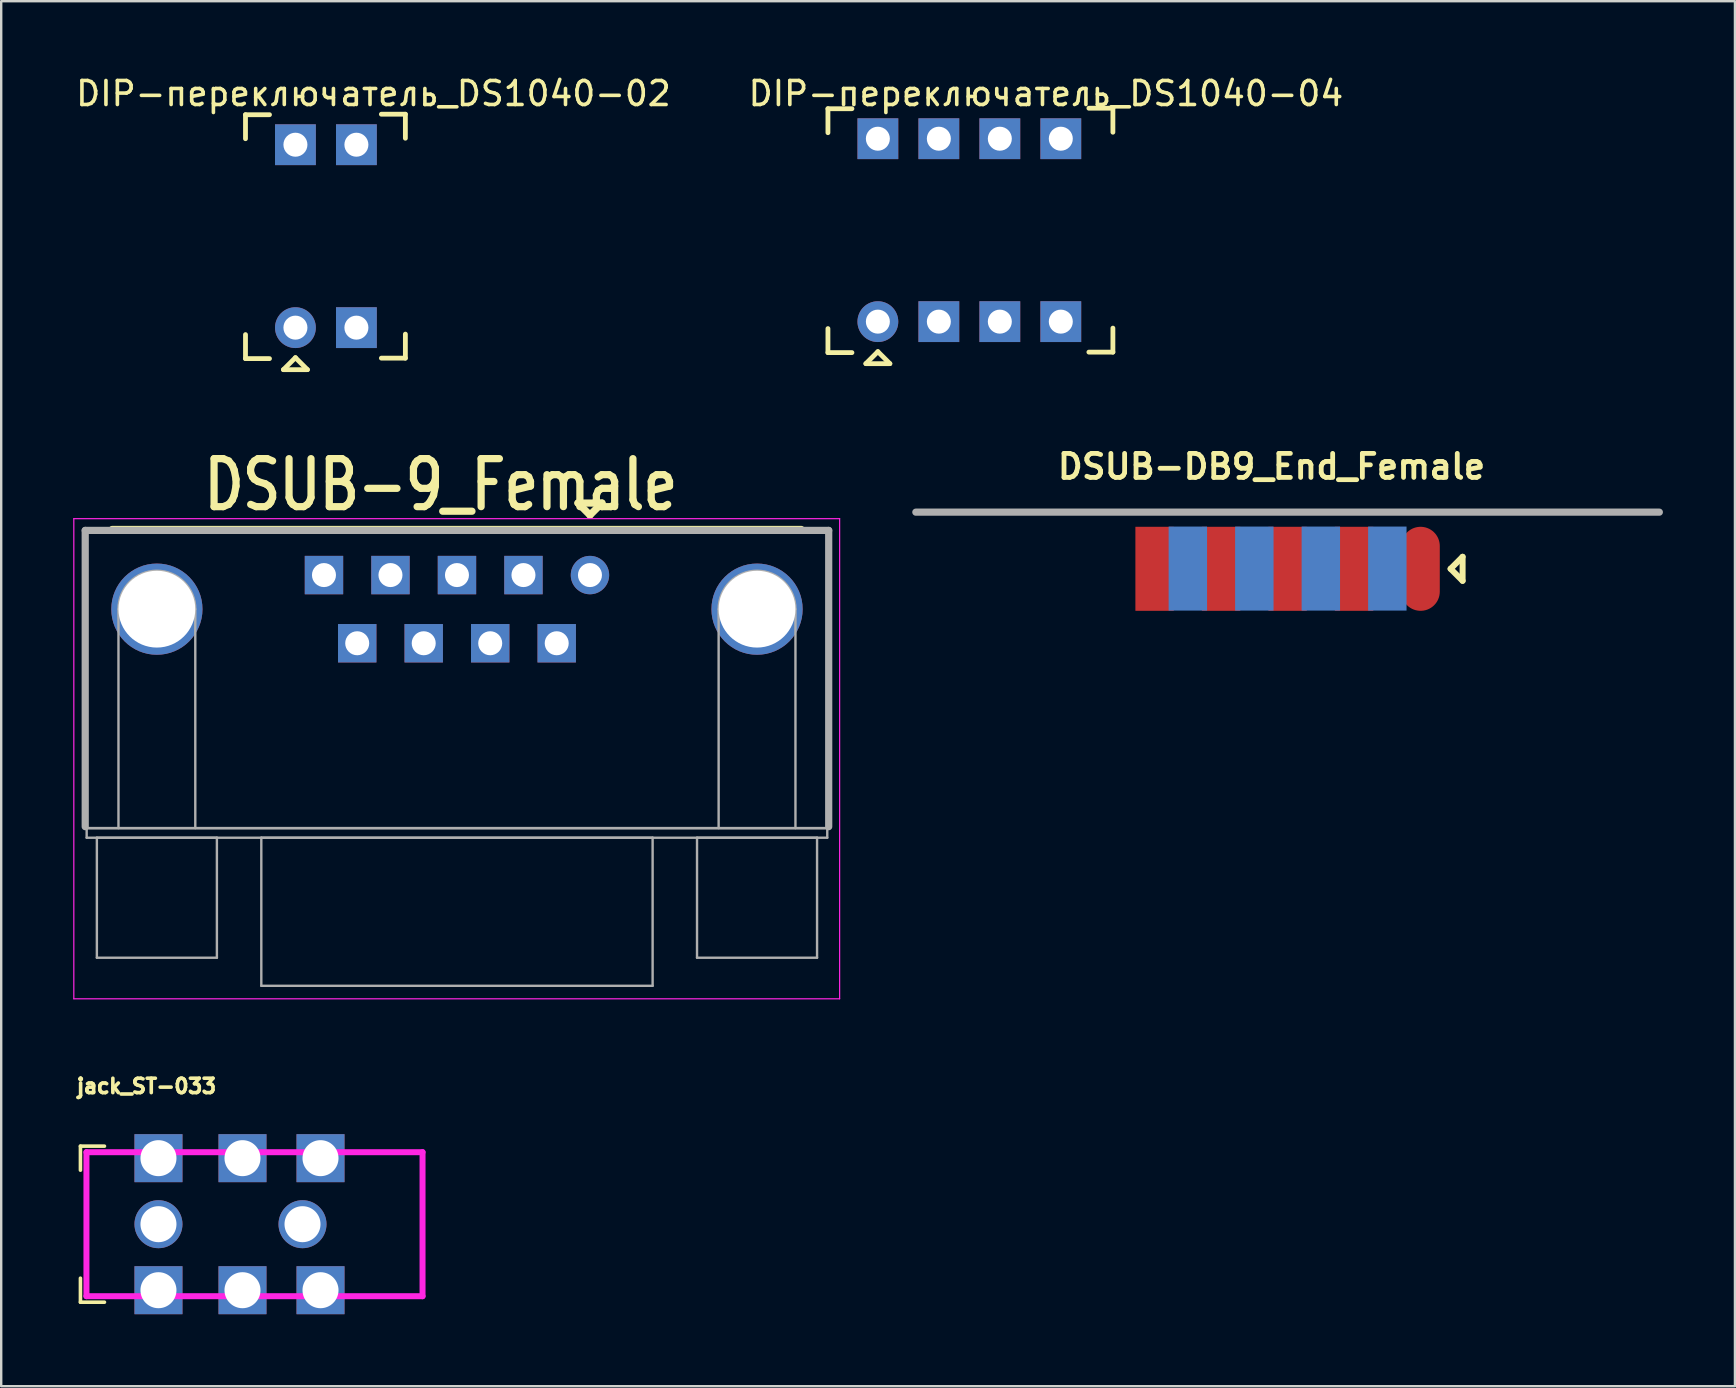
<source format=kicad_pcb>
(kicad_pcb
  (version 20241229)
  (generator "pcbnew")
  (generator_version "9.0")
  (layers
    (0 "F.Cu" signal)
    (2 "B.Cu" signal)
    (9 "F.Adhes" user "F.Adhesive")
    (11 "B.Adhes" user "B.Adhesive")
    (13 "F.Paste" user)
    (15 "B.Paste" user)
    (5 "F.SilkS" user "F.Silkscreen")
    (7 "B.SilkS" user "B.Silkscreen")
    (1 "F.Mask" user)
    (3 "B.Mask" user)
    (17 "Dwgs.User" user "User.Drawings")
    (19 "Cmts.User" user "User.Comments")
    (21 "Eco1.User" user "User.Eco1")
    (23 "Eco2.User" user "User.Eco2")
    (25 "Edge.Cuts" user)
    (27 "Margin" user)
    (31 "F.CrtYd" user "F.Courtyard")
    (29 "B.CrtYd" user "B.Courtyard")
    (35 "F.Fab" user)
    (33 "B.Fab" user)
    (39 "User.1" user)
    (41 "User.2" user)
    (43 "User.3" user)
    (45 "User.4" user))
  (footprint "DIP-переключатель_DS1040-04"
    (layer "F.Cu")
    (at 33.518 10.348)
    (property "Reference" "DIP-переключатель_DS1040-04" (at 7 -9.5 0) (layer "F.SilkS") (effects (font (size 1 1) (thickness 0.15))))
    (attr through_hole)
    (fp_line (start -2.08 -8.87) (end -2.08 -7.87) (stroke (width 0.2) (type solid)) (layer "F.SilkS"))
    (fp_line (start -2.08 -8.87) (end -1.08 -8.87) (stroke (width 0.2) (type solid)) (layer "F.SilkS"))
    (fp_line (start -2.08 1.29) (end -2.08 0.29) (stroke (width 0.2) (type solid)) (layer "F.SilkS"))
    (fp_line (start -2.08 1.29) (end -1.08 1.29) (stroke (width 0.2) (type solid)) (layer "F.SilkS"))
    (fp_line (start -0.5 1.75) (end 0.5 1.75) (stroke (width 0.2) (type solid)) (layer "F.SilkS"))
    (fp_line (start 0 1.25) (end -0.5 1.75) (stroke (width 0.2) (type solid)) (layer "F.SilkS"))
    (fp_line (start 0.5 1.75) (end 0 1.25) (stroke (width 0.2) (type solid)) (layer "F.SilkS"))
    (fp_line (start 9.79 -8.89) (end 8.79 -8.89) (stroke (width 0.2) (type solid)) (layer "F.SilkS"))
    (fp_line (start 9.79 -8.89) (end 9.79 -7.89) (stroke (width 0.2) (type solid)) (layer "F.SilkS"))
    (fp_line (start 9.79 1.27) (end 8.79 1.27) (stroke (width 0.2) (type solid)) (layer "F.SilkS"))
    (fp_line (start 9.79 1.27) (end 9.79 0.27) (stroke (width 0.2) (type solid)) (layer "F.SilkS"))
    (pad "1" thru_hole circle (at 0 0) (size 1.7 1.7) (drill 1) (layers "*.Cu" "*.Mask"))
    (pad "2" thru_hole rect (at 0 -7.62) (size 1.7 1.7) (drill 1) (layers "*.Cu" "*.Mask"))
    (pad "3" thru_hole rect (at 2.54 0) (size 1.7 1.7) (drill 1) (layers "*.Cu" "*.Mask"))
    (pad "4" thru_hole rect (at 2.54 -7.62) (size 1.7 1.7) (drill 1) (layers "*.Cu" "*.Mask"))
    (pad "5" thru_hole rect (at 5.08 0) (size 1.7 1.7) (drill 1) (layers "*.Cu" "*.Mask"))
    (pad "6" thru_hole rect (at 5.08 -7.62) (size 1.7 1.7) (drill 1) (layers "*.Cu" "*.Mask"))
    (pad "7" thru_hole rect (at 7.62 0) (size 1.7 1.7) (drill 1) (layers "*.Cu" "*.Mask"))
    (pad "8" thru_hole rect (at 7.62 -7.62) (size 1.7 1.7) (drill 1) (layers "*.Cu" "*.Mask")))
  (footprint "DSUB-DB9_End_Female"
    (layer "F.Cu")
    (at 56.125 20.644)
    (property "Reference" "DSUB-DB9_End_Female" (at -6.21 -4.26 0) (layer "F.SilkS") (effects (font (size 1 1) (thickness 0.2))))
    (attr through_hole)
    (fp_line (start 1.25 0) (end 1.75 -0.5) (stroke (width 0.25) (type solid)) (layer "F.SilkS"))
    (fp_line (start 1.75 -0.5) (end 1.75 0.5) (stroke (width 0.25) (type solid)) (layer "F.SilkS"))
    (fp_line (start 1.75 0.5) (end 1.25 0) (stroke (width 0.25) (type solid)) (layer "F.SilkS"))
    (fp_line (start -21.025 -2.36) (end 9.945 -2.36) (stroke (width 0.3) (type solid)) (layer "F.Fab"))
    (pad "1" smd oval (at 0 0) (size 1.6 3.5) (layers "F.Cu" "F.Mask" "F.Paste"))
    (pad "2" smd rect (at -2.77 0) (size 1.6 3.5) (layers "F.Cu" "F.Mask" "F.Paste"))
    (pad "3" smd rect (at -5.54 0) (size 1.6 3.5) (layers "F.Cu" "F.Mask" "F.Paste"))
    (pad "4" smd rect (at -8.31 0) (size 1.6 3.5) (layers "F.Cu" "F.Mask" "F.Paste"))
    (pad "5" smd rect (at -11.08 0) (size 1.6 3.5) (layers "F.Cu" "F.Mask" "F.Paste"))
    (pad "6" smd rect (at -1.385 -0.01) (size 1.6 3.5) (layers "B.Cu" "B.Mask" "B.Paste"))
    (pad "7" smd rect (at -4.155 -0.01) (size 1.6 3.5) (layers "B.Cu" "B.Mask" "B.Paste"))
    (pad "8" smd rect (at -6.925 -0.01) (size 1.6 3.5) (layers "B.Cu" "B.Mask" "B.Paste"))
    (pad "9" smd rect (at -9.695 -0.01) (size 1.6 3.5) (layers "B.Cu" "B.Mask" "B.Paste")))
  (footprint "DSUB-9_Female"
    (layer "F.Cu")
    (at 21.525 20.905)
    (property "Reference" "DSUB-9_Female" (at -6.21 -3.76 0) (layer "F.SilkS") (effects (font (size 2 1.6) (thickness 0.3))))
    (attr through_hole)
    (fp_line (start -0.5 -3) (end 0 -2.5) (stroke (width 0.3) (type solid)) (layer "F.SilkS"))
    (fp_line (start 0 -2.5) (end 0.5 -3) (stroke (width 0.3) (type solid)) (layer "F.SilkS"))
    (fp_line (start 0.5 -3) (end -0.5 -3) (stroke (width 0.3) (type solid)) (layer "F.SilkS"))
    (fp_line (start 8.8 -1.9) (end -19.9 -1.9) (stroke (width 0.3) (type solid)) (layer "F.SilkS"))
    (fp_line (start -21.5 -2.35) (end -21.5 17.65) (stroke (width 0.05) (type solid)) (layer "F.CrtYd"))
    (fp_line (start -21.5 17.65) (end 10.4 17.65) (stroke (width 0.05) (type solid)) (layer "F.CrtYd"))
    (fp_line (start 10.4 -2.35) (end -21.5 -2.35) (stroke (width 0.05) (type solid)) (layer "F.CrtYd"))
    (fp_line (start 10.4 17.65) (end 10.4 -2.35) (stroke (width 0.05) (type solid)) (layer "F.CrtYd"))
    (fp_line (start -21.025 -1.86) (end 9.945 -1.86) (stroke (width 0.3) (type solid)) (layer "F.Fab"))
    (fp_line (start -21.025 10.48) (end -21.025 -1.86) (stroke (width 0.3) (type solid)) (layer "F.Fab"))
    (fp_line (start -20.965 -1.8) (end -20.965 10.54) (stroke (width 0.1) (type solid)) (layer "F.Fab"))
    (fp_line (start -20.965 10.54) (end -20.965 10.94) (stroke (width 0.1) (type solid)) (layer "F.Fab"))
    (fp_line (start -20.965 10.54) (end 9.885 10.54) (stroke (width 0.1) (type solid)) (layer "F.Fab"))
    (fp_line (start -20.965 10.94) (end 9.885 10.94) (stroke (width 0.1) (type solid)) (layer "F.Fab"))
    (fp_line (start -20.54 10.94) (end -20.54 15.94) (stroke (width 0.1) (type solid)) (layer "F.Fab"))
    (fp_line (start -20.54 15.94) (end -15.54 15.94) (stroke (width 0.1) (type solid)) (layer "F.Fab"))
    (fp_line (start -19.64 10.54) (end -19.64 1.42) (stroke (width 0.1) (type solid)) (layer "F.Fab"))
    (fp_line (start -16.44 10.54) (end -16.44 1.42) (stroke (width 0.1) (type solid)) (layer "F.Fab"))
    (fp_line (start -15.54 10.94) (end -20.54 10.94) (stroke (width 0.1) (type solid)) (layer "F.Fab"))
    (fp_line (start -15.54 15.94) (end -15.54 10.94) (stroke (width 0.1) (type solid)) (layer "F.Fab"))
    (fp_line (start -13.69 10.94) (end -13.69 17.11) (stroke (width 0.1) (type solid)) (layer "F.Fab"))
    (fp_line (start -13.69 17.11) (end 2.61 17.11) (stroke (width 0.1) (type solid)) (layer "F.Fab"))
    (fp_line (start 2.61 10.94) (end -13.69 10.94) (stroke (width 0.1) (type solid)) (layer "F.Fab"))
    (fp_line (start 2.61 17.11) (end 2.61 10.94) (stroke (width 0.1) (type solid)) (layer "F.Fab"))
    (fp_line (start 4.46 10.94) (end 4.46 15.94) (stroke (width 0.1) (type solid)) (layer "F.Fab"))
    (fp_line (start 4.46 15.94) (end 9.46 15.94) (stroke (width 0.1) (type solid)) (layer "F.Fab"))
    (fp_line (start 5.36 10.54) (end 5.36 1.42) (stroke (width 0.1) (type solid)) (layer "F.Fab"))
    (fp_line (start 8.56 10.54) (end 8.56 1.42) (stroke (width 0.1) (type solid)) (layer "F.Fab"))
    (fp_line (start 9.46 10.94) (end 4.46 10.94) (stroke (width 0.1) (type solid)) (layer "F.Fab"))
    (fp_line (start 9.46 15.94) (end 9.46 10.94) (stroke (width 0.1) (type solid)) (layer "F.Fab"))
    (fp_line (start 9.885 -1.8) (end -20.965 -1.8) (stroke (width 0.1) (type solid)) (layer "F.Fab"))
    (fp_line (start 9.885 10.54) (end -20.965 10.54) (stroke (width 0.1) (type solid)) (layer "F.Fab"))
    (fp_line (start 9.885 10.54) (end 9.885 -1.8) (stroke (width 0.1) (type solid)) (layer "F.Fab"))
    (fp_line (start 9.885 10.94) (end 9.885 10.54) (stroke (width 0.1) (type solid)) (layer "F.Fab"))
    (fp_line (start 9.945 -1.86) (end 9.945 10.48) (stroke (width 0.3) (type solid)) (layer "F.Fab"))
    (fp_arc (start -19.64 1.42) (mid -18.04 -0.18) (end -16.44 1.42) (stroke (width 0.1) (type solid)) (layer "F.Fab"))
    (fp_arc (start 5.36 1.42) (mid 6.96 -0.18) (end 8.56 1.42) (stroke (width 0.1) (type solid)) (layer "F.Fab"))
    (pad "0" thru_hole circle (at -18.04 1.42) (size 3.8 3.8) (drill 3.2) (layers "*.Cu" "*.Mask"))
    (pad "0" thru_hole circle (at 6.96 1.42) (size 3.8 3.8) (drill 3.2) (layers "*.Cu" "*.Mask"))
    (pad "1" thru_hole circle (at 0 0) (size 1.6 1.6) (drill 1) (layers "*.Cu" "*.Mask"))
    (pad "2" thru_hole rect (at -2.77 0) (size 1.6 1.6) (drill 1) (layers "*.Cu" "*.Mask"))
    (pad "3" thru_hole rect (at -5.54 0) (size 1.6 1.6) (drill 1) (layers "*.Cu" "*.Mask"))
    (pad "4" thru_hole rect (at -8.31 0) (size 1.6 1.6) (drill 1) (layers "*.Cu" "*.Mask"))
    (pad "5" thru_hole rect (at -11.08 0) (size 1.6 1.6) (drill 1) (layers "*.Cu" "*.Mask"))
    (pad "6" thru_hole rect (at -1.385 2.84) (size 1.6 1.6) (drill 1) (layers "*.Cu" "*.Mask"))
    (pad "7" thru_hole rect (at -4.155 2.84) (size 1.6 1.6) (drill 1) (layers "*.Cu" "*.Mask"))
    (pad "8" thru_hole rect (at -6.925 2.84) (size 1.6 1.6) (drill 1) (layers "*.Cu" "*.Mask"))
    (pad "9" thru_hole rect (at -9.695 2.84) (size 1.6 1.6) (drill 1) (layers "*.Cu" "*.Mask")))
  (footprint "jack_ST-033"
    (layer "F.Cu")
    (at 3.551 45.444)
    (property "Reference" "jack_ST-033" (at -0.5 -3.25 0) (layer "F.SilkS") (effects (font (size 0.6 0.6) (thickness 0.15))))
    (attr through_hole)
    (fp_line (start -3.25 -0.75) (end -2.25 -0.75) (stroke (width 0.15) (type solid)) (layer "F.SilkS"))
    (fp_line (start -3.25 0.25) (end -3.25 -0.75) (stroke (width 0.15) (type solid)) (layer "F.SilkS"))
    (fp_line (start -3.25 5.75) (end -3.25 4.75) (stroke (width 0.15) (type solid)) (layer "F.SilkS"))
    (fp_line (start -2.25 5.75) (end -3.25 5.75) (stroke (width 0.15) (type solid)) (layer "F.SilkS"))
    (fp_line (start -3 -0.5) (end 11 -0.5) (stroke (width 0.25) (type solid)) (layer "F.CrtYd"))
    (fp_line (start -3 5.5) (end -3 -0.5) (stroke (width 0.25) (type solid)) (layer "F.CrtYd"))
    (fp_line (start 11 -0.5) (end 11 5.5) (stroke (width 0.25) (type solid)) (layer "F.CrtYd"))
    (fp_line (start 11 5.5) (end -3 5.5) (stroke (width 0.25) (type solid)) (layer "F.CrtYd"))
    (pad "1" thru_hole rect (at 6.75 -0.25) (size 2 2) (drill 1.5) (layers "*.Cu" "*.Mask"))
    (pad "1" thru_hole rect (at 6.75 5.25) (size 2 2) (drill 1.5) (layers "*.Cu" "*.Mask"))
    (pad "2" thru_hole rect (at 3.5 -0.25) (size 2 2) (drill 1.5) (layers "*.Cu" "*.Mask"))
    (pad "2" thru_hole rect (at 3.5 5.25) (size 2 2) (drill 1.5) (layers "*.Cu" "*.Mask"))
    (pad "3" thru_hole rect (at 0 -0.25) (size 2 2) (drill 1.5) (layers "*.Cu" "*.Mask"))
    (pad "3" thru_hole rect (at 0 5.25) (size 2 2) (drill 1.5) (layers "*.Cu" "*.Mask"))
    (pad "4" thru_hole circle (at 0 2.5) (size 2 2) (drill 1.5) (layers "*.Cu" "*.Mask"))
    (pad "4" thru_hole circle (at 6 2.5) (size 2 2) (drill 1.5) (layers "*.Cu" "*.Mask")))
  (footprint "DIP-переключатель_DS1040-02"
    (layer "F.Cu")
    (at 9.256 10.598)
    (property "Reference" "DIP-переключатель_DS1040-02" (at 3.25 -9.75 0) (layer "F.SilkS") (effects (font (size 1 1) (thickness 0.15))))
    (attr through_hole)
    (fp_line (start -2.08 -8.87) (end -2.08 -7.87) (stroke (width 0.2) (type solid)) (layer "F.SilkS"))
    (fp_line (start -2.08 -8.87) (end -1.08 -8.87) (stroke (width 0.2) (type solid)) (layer "F.SilkS"))
    (fp_line (start -2.08 1.29) (end -2.08 0.29) (stroke (width 0.2) (type solid)) (layer "F.SilkS"))
    (fp_line (start -2.08 1.29) (end -1.08 1.29) (stroke (width 0.2) (type solid)) (layer "F.SilkS"))
    (fp_line (start -0.5 1.75) (end 0.5 1.75) (stroke (width 0.2) (type solid)) (layer "F.SilkS"))
    (fp_line (start 0 1.25) (end -0.5 1.75) (stroke (width 0.2) (type solid)) (layer "F.SilkS"))
    (fp_line (start 0.5 1.75) (end 0 1.25) (stroke (width 0.2) (type solid)) (layer "F.SilkS"))
    (fp_line (start 4.58 -8.89) (end 3.58 -8.89) (stroke (width 0.2) (type solid)) (layer "F.SilkS"))
    (fp_line (start 4.58 -8.89) (end 4.58 -7.89) (stroke (width 0.2) (type solid)) (layer "F.SilkS"))
    (fp_line (start 4.58 1.27) (end 3.58 1.27) (stroke (width 0.2) (type solid)) (layer "F.SilkS"))
    (fp_line (start 4.58 1.27) (end 4.58 0.27) (stroke (width 0.2) (type solid)) (layer "F.SilkS"))
    (pad "1" thru_hole circle (at 0 0) (size 1.7 1.7) (drill 1) (layers "*.Cu" "*.Mask"))
    (pad "2" thru_hole rect (at 0 -7.62) (size 1.7 1.7) (drill 1) (layers "*.Cu" "*.Mask"))
    (pad "3" thru_hole rect (at 2.54 0) (size 1.7 1.7) (drill 1) (layers "*.Cu" "*.Mask"))
    (pad "4" thru_hole rect (at 2.54 -7.62) (size 1.7 1.7) (drill 1) (layers "*.Cu" "*.Mask")))
  (gr_rect
    (start -3 -3)
    (end 69.22 54.694)
    (stroke (width 0.1) (type default))
    (fill no)
    (layer "Edge.Cuts")))
</source>
